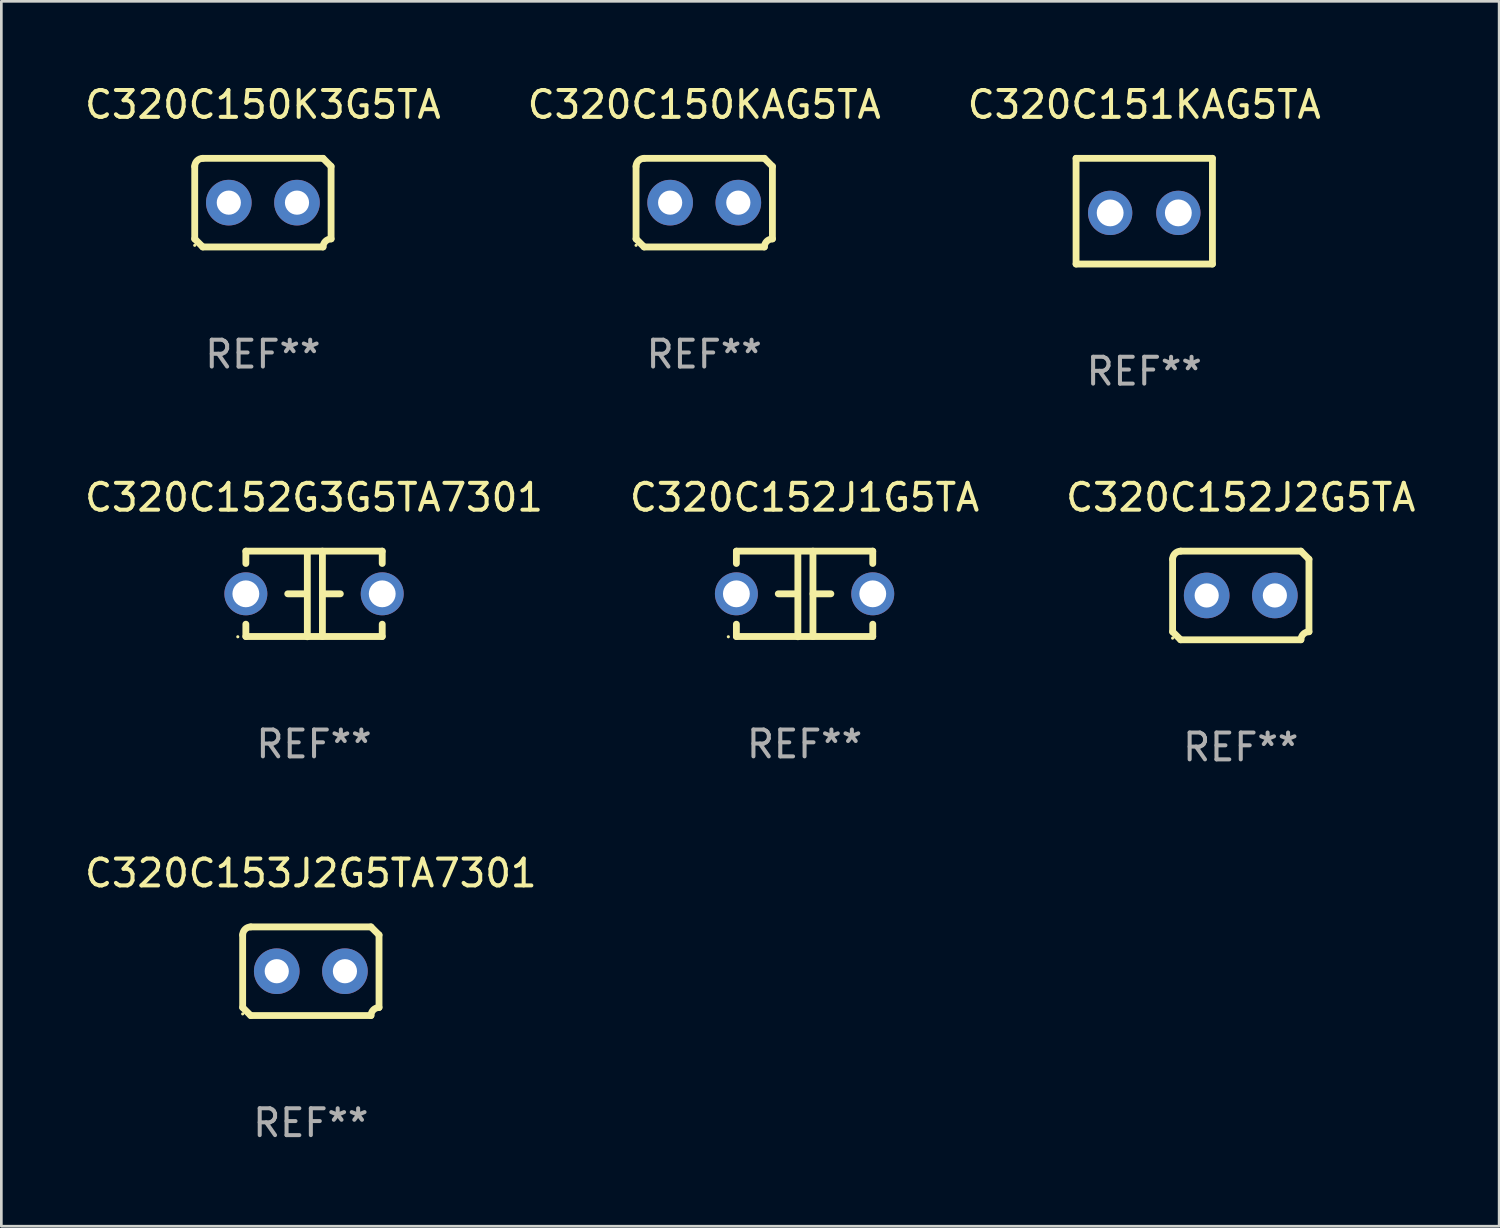
<source format=kicad_pcb>
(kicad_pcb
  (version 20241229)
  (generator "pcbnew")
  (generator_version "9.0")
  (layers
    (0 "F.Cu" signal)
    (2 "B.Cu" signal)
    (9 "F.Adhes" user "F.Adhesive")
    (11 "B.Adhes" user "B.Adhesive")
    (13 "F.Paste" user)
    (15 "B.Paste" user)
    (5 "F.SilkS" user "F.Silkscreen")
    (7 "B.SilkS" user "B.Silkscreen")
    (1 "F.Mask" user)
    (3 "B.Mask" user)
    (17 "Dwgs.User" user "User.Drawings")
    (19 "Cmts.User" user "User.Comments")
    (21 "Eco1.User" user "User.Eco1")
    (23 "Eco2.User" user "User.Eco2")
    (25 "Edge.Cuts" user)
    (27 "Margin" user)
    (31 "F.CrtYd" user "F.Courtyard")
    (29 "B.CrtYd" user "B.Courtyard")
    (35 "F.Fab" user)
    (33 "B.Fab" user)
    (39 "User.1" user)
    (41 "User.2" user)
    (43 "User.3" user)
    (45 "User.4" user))
  (footprint "C320C151KAG5TA"
    (layer "F.Cu")
    (at 39.577 4.817)
    (property "Reference" "C320C151KAG5TA" (at 0 -3.969 0) (layer "F.SilkS") (effects (font (size 1 1) (thickness 0.15))))
    (attr through_hole)
    (fp_line (start -2.54 -1.969) (end -2.54 1.969) (stroke (width 0.254) (type solid)) (layer "F.SilkS"))
    (fp_line (start -2.54 1.969) (end 2.54 1.969) (stroke (width 0.254) (type solid)) (layer "F.SilkS"))
    (fp_line (start 2.54 -1.969) (end -2.54 -1.969) (stroke (width 0.254) (type solid)) (layer "F.SilkS"))
    (fp_line (start 2.54 1.969) (end 2.54 -1.969) (stroke (width 0.254) (type solid)) (layer "F.SilkS"))
    (fp_circle (center -2.55 1.963) (end -2.52 1.963) (stroke (width 0.06) (type solid)) (fill no) (layer "F.SilkS"))
    (fp_text user "REF**" (at 0 5.969 0) (layer "F.Fab") (effects (font (size 1 1) (thickness 0.15))))
    (pad "1" thru_hole circle (at -1.27 0.064) (size 1.65 1.65) (drill 1) (layers "*.Cu" "*.Mask"))
    (pad "2" thru_hole circle (at 1.27 0.064) (size 1.65 1.65) (drill 1) (layers "*.Cu" "*.Mask")))
  (footprint "C320C152G3G5TA7301"
    (layer "F.Cu")
    (at 8.649 19.077)
    (property "Reference" "C320C152G3G5TA7301" (at 0 -3.595 0) (layer "F.SilkS") (effects (font (size 1 1) (thickness 0.15))))
    (attr through_hole)
    (fp_line (start -2.54 -1.595) (end -2.54 -1.136) (stroke (width 0.254) (type solid)) (layer "F.SilkS"))
    (fp_line (start -2.54 -1.595) (end 2.54 -1.595) (stroke (width 0.254) (type solid)) (layer "F.SilkS"))
    (fp_line (start -2.54 1.126) (end -2.54 1.585) (stroke (width 0.254) (type solid)) (layer "F.SilkS"))
    (fp_line (start -0.312 -0.005) (end -0.98 -0.005) (stroke (width 0.254) (type solid)) (layer "F.SilkS"))
    (fp_line (start -0.25 -1.585) (end -0.25 1.595) (stroke (width 0.254) (type solid)) (layer "F.SilkS"))
    (fp_line (start 0.312 -1.595) (end 0.312 1.585) (stroke (width 0.254) (type solid)) (layer "F.SilkS"))
    (fp_line (start 0.312 -0.005) (end 0.98 -0.005) (stroke (width 0.254) (type solid)) (layer "F.SilkS"))
    (fp_line (start 2.54 -1.595) (end 2.54 -1.136) (stroke (width 0.254) (type solid)) (layer "F.SilkS"))
    (fp_line (start 2.54 1.126) (end 2.54 1.585) (stroke (width 0.254) (type solid)) (layer "F.SilkS"))
    (fp_line (start 2.54 1.585) (end -2.54 1.585) (stroke (width 0.254) (type solid)) (layer "F.SilkS"))
    (fp_circle (center -2.84 1.595) (end -2.81 1.595) (stroke (width 0.06) (type solid)) (fill no) (layer "F.SilkS"))
    (fp_text user "REF**" (at 0 5.595 0) (layer "F.Fab") (effects (font (size 1 1) (thickness 0.15))))
    (pad "1" thru_hole circle (at -2.54 -0.005) (size 1.6 1.6) (drill 1) (layers "*.Cu" "*.Mask"))
    (pad "2" thru_hole circle (at 2.54 -0.005) (size 1.6 1.6) (drill 1) (layers "*.Cu" "*.Mask")))
  (footprint "C320C152J1G5TA"
    (layer "F.Cu")
    (at 26.923 19.077)
    (property "Reference" "C320C152J1G5TA" (at 0 -3.595 0) (layer "F.SilkS") (effects (font (size 1 1) (thickness 0.15))))
    (attr through_hole)
    (fp_line (start -2.54 -1.595) (end -2.54 -1.136) (stroke (width 0.254) (type solid)) (layer "F.SilkS"))
    (fp_line (start -2.54 -1.595) (end 2.54 -1.595) (stroke (width 0.254) (type solid)) (layer "F.SilkS"))
    (fp_line (start -2.54 1.126) (end -2.54 1.585) (stroke (width 0.254) (type solid)) (layer "F.SilkS"))
    (fp_line (start -0.312 -0.005) (end -0.98 -0.005) (stroke (width 0.254) (type solid)) (layer "F.SilkS"))
    (fp_line (start -0.25 -1.585) (end -0.25 1.595) (stroke (width 0.254) (type solid)) (layer "F.SilkS"))
    (fp_line (start 0.312 -1.595) (end 0.312 1.585) (stroke (width 0.254) (type solid)) (layer "F.SilkS"))
    (fp_line (start 0.312 -0.005) (end 0.98 -0.005) (stroke (width 0.254) (type solid)) (layer "F.SilkS"))
    (fp_line (start 2.54 -1.595) (end 2.54 -1.136) (stroke (width 0.254) (type solid)) (layer "F.SilkS"))
    (fp_line (start 2.54 1.126) (end 2.54 1.585) (stroke (width 0.254) (type solid)) (layer "F.SilkS"))
    (fp_line (start 2.54 1.585) (end -2.54 1.585) (stroke (width 0.254) (type solid)) (layer "F.SilkS"))
    (fp_circle (center -2.84 1.595) (end -2.81 1.595) (stroke (width 0.06) (type solid)) (fill no) (layer "F.SilkS"))
    (fp_text user "REF**" (at 0 5.595 0) (layer "F.Fab") (effects (font (size 1 1) (thickness 0.15))))
    (pad "1" thru_hole circle (at -2.54 -0.005) (size 1.6 1.6) (drill 1) (layers "*.Cu" "*.Mask"))
    (pad "2" thru_hole circle (at 2.54 -0.005) (size 1.6 1.6) (drill 1) (layers "*.Cu" "*.Mask")))
  (footprint "C320C153J2G5TA7301"
    (layer "F.Cu")
    (at 8.53 33.131)
    (property "Reference" "C320C153J2G5TA7301" (at 0 -3.651 0) (layer "F.SilkS") (effects (font (size 1 1) (thickness 0.15))))
    (attr through_hole)
    (fp_line (start -2.54 -1.351) (end -2.54 1.351) (stroke (width 0.254) (type solid)) (layer "F.SilkS"))
    (fp_line (start -2.24 -1.651) (end 2.24 -1.651) (stroke (width 0.254) (type solid)) (layer "F.SilkS"))
    (fp_line (start 2.24 1.651) (end -2.24 1.651) (stroke (width 0.254) (type solid)) (layer "F.SilkS"))
    (fp_line (start 2.54 1.351) (end 2.54 -1.351) (stroke (width 0.254) (type solid)) (layer "F.SilkS"))
    (fp_arc (start -2.540005 -1.351283) (mid -2.450115 -1.561309) (end -2.240005 -1.651003) (stroke (width 0.254001) (type solid)) (layer "F.SilkS"))
    (fp_arc (start -2.240287 1.651001) (mid -2.390163 1.501019) (end -2.540005 1.351003) (stroke (width 0.254001) (type solid)) (layer "F.SilkS"))
    (fp_arc (start 2.240005 1.651003) (mid 2.329934 1.441015) (end 2.540005 1.351282) (stroke (width 0.254001) (type solid)) (layer "F.SilkS"))
    (fp_arc (start 2.540005 -1.351003) (mid 2.389393 -1.500252) (end 2.240284 -1.651003) (stroke (width 0.254001) (type solid)) (layer "F.SilkS"))
    (fp_circle (center -2.54 1.59) (end -2.51 1.59) (stroke (width 0.06) (type solid)) (fill no) (layer "F.SilkS"))
    (fp_text user "REF**" (at 0 5.651 0) (layer "F.Fab") (effects (font (size 1 1) (thickness 0.15))))
    (pad "1" thru_hole circle (at -1.27 0) (size 1.7 1.7) (drill 0.9) (layers "*.Cu" "*.Mask"))
    (pad "2" thru_hole circle (at 1.27 0) (size 1.7 1.7) (drill 0.9) (layers "*.Cu" "*.Mask")))
  (footprint "C320C152J2G5TA"
    (layer "F.Cu")
    (at 43.173 19.133)
    (property "Reference" "C320C152J2G5TA" (at 0 -3.651 0) (layer "F.SilkS") (effects (font (size 1 1) (thickness 0.15))))
    (attr through_hole)
    (fp_line (start -2.54 -1.351) (end -2.54 1.351) (stroke (width 0.254) (type solid)) (layer "F.SilkS"))
    (fp_line (start -2.24 -1.651) (end 2.24 -1.651) (stroke (width 0.254) (type solid)) (layer "F.SilkS"))
    (fp_line (start 2.24 1.651) (end -2.24 1.651) (stroke (width 0.254) (type solid)) (layer "F.SilkS"))
    (fp_line (start 2.54 1.351) (end 2.54 -1.351) (stroke (width 0.254) (type solid)) (layer "F.SilkS"))
    (fp_arc (start -2.540005 -1.351283) (mid -2.450115 -1.561309) (end -2.240005 -1.651003) (stroke (width 0.254001) (type solid)) (layer "F.SilkS"))
    (fp_arc (start -2.240287 1.651001) (mid -2.390163 1.501019) (end -2.540005 1.351003) (stroke (width 0.254001) (type solid)) (layer "F.SilkS"))
    (fp_arc (start 2.240005 1.651003) (mid 2.329934 1.441015) (end 2.540005 1.351282) (stroke (width 0.254001) (type solid)) (layer "F.SilkS"))
    (fp_arc (start 2.540005 -1.351003) (mid 2.389393 -1.500252) (end 2.240284 -1.651003) (stroke (width 0.254001) (type solid)) (layer "F.SilkS"))
    (fp_circle (center -2.54 1.59) (end -2.51 1.59) (stroke (width 0.06) (type solid)) (fill no) (layer "F.SilkS"))
    (fp_text user "REF**" (at 0 5.651 0) (layer "F.Fab") (effects (font (size 1 1) (thickness 0.15))))
    (pad "1" thru_hole circle (at -1.27 0) (size 1.7 1.7) (drill 0.9) (layers "*.Cu" "*.Mask"))
    (pad "2" thru_hole circle (at 1.27 0) (size 1.7 1.7) (drill 0.9) (layers "*.Cu" "*.Mask")))
  (footprint "C320C150KAG5TA"
    (layer "F.Cu")
    (at 23.185 4.499)
    (property "Reference" "C320C150KAG5TA" (at 0 -3.651 0) (layer "F.SilkS") (effects (font (size 1 1) (thickness 0.15))))
    (attr through_hole)
    (fp_line (start -2.54 -1.351) (end -2.54 1.351) (stroke (width 0.254) (type solid)) (layer "F.SilkS"))
    (fp_line (start -2.24 -1.651) (end 2.24 -1.651) (stroke (width 0.254) (type solid)) (layer "F.SilkS"))
    (fp_line (start 2.24 1.651) (end -2.24 1.651) (stroke (width 0.254) (type solid)) (layer "F.SilkS"))
    (fp_line (start 2.54 1.351) (end 2.54 -1.351) (stroke (width 0.254) (type solid)) (layer "F.SilkS"))
    (fp_arc (start -2.540005 -1.351283) (mid -2.450115 -1.561309) (end -2.240005 -1.651003) (stroke (width 0.254001) (type solid)) (layer "F.SilkS"))
    (fp_arc (start -2.240287 1.651001) (mid -2.390163 1.501019) (end -2.540005 1.351003) (stroke (width 0.254001) (type solid)) (layer "F.SilkS"))
    (fp_arc (start 2.240005 1.651003) (mid 2.329934 1.441015) (end 2.540005 1.351282) (stroke (width 0.254001) (type solid)) (layer "F.SilkS"))
    (fp_arc (start 2.540005 -1.351003) (mid 2.389393 -1.500252) (end 2.240284 -1.651003) (stroke (width 0.254001) (type solid)) (layer "F.SilkS"))
    (fp_circle (center -2.54 1.59) (end -2.51 1.59) (stroke (width 0.06) (type solid)) (fill no) (layer "F.SilkS"))
    (fp_text user "REF**" (at 0 5.651 0) (layer "F.Fab") (effects (font (size 1 1) (thickness 0.15))))
    (pad "1" thru_hole circle (at -1.27 0) (size 1.7 1.7) (drill 0.9) (layers "*.Cu" "*.Mask"))
    (pad "2" thru_hole circle (at 1.27 0) (size 1.7 1.7) (drill 0.9) (layers "*.Cu" "*.Mask")))
  (footprint "C320C150K3G5TA"
    (layer "F.Cu")
    (at 6.744 4.499)
    (property "Reference" "C320C150K3G5TA" (at 0 -3.651 0) (layer "F.SilkS") (effects (font (size 1 1) (thickness 0.15))))
    (attr through_hole)
    (fp_line (start -2.54 -1.351) (end -2.54 1.351) (stroke (width 0.254) (type solid)) (layer "F.SilkS"))
    (fp_line (start -2.24 -1.651) (end 2.24 -1.651) (stroke (width 0.254) (type solid)) (layer "F.SilkS"))
    (fp_line (start 2.24 1.651) (end -2.24 1.651) (stroke (width 0.254) (type solid)) (layer "F.SilkS"))
    (fp_line (start 2.54 1.351) (end 2.54 -1.351) (stroke (width 0.254) (type solid)) (layer "F.SilkS"))
    (fp_arc (start -2.540005 -1.351283) (mid -2.450115 -1.561309) (end -2.240005 -1.651003) (stroke (width 0.254001) (type solid)) (layer "F.SilkS"))
    (fp_arc (start -2.240287 1.651001) (mid -2.390163 1.501019) (end -2.540005 1.351003) (stroke (width 0.254001) (type solid)) (layer "F.SilkS"))
    (fp_arc (start 2.240005 1.651003) (mid 2.329934 1.441015) (end 2.540005 1.351282) (stroke (width 0.254001) (type solid)) (layer "F.SilkS"))
    (fp_arc (start 2.540005 -1.351003) (mid 2.389393 -1.500252) (end 2.240284 -1.651003) (stroke (width 0.254001) (type solid)) (layer "F.SilkS"))
    (fp_circle (center -2.54 1.59) (end -2.51 1.59) (stroke (width 0.06) (type solid)) (fill no) (layer "F.SilkS"))
    (fp_text user "REF**" (at 0 5.651 0) (layer "F.Fab") (effects (font (size 1 1) (thickness 0.15))))
    (pad "1" thru_hole circle (at -1.27 0) (size 1.7 1.7) (drill 0.9) (layers "*.Cu" "*.Mask"))
    (pad "2" thru_hole circle (at 1.27 0) (size 1.7 1.7) (drill 0.9) (layers "*.Cu" "*.Mask")))
  (gr_rect
    (start -3 -3)
    (end 52.798 42.631)
    (stroke (width 0.1) (type default))
    (fill no)
    (layer "Edge.Cuts")))
</source>
